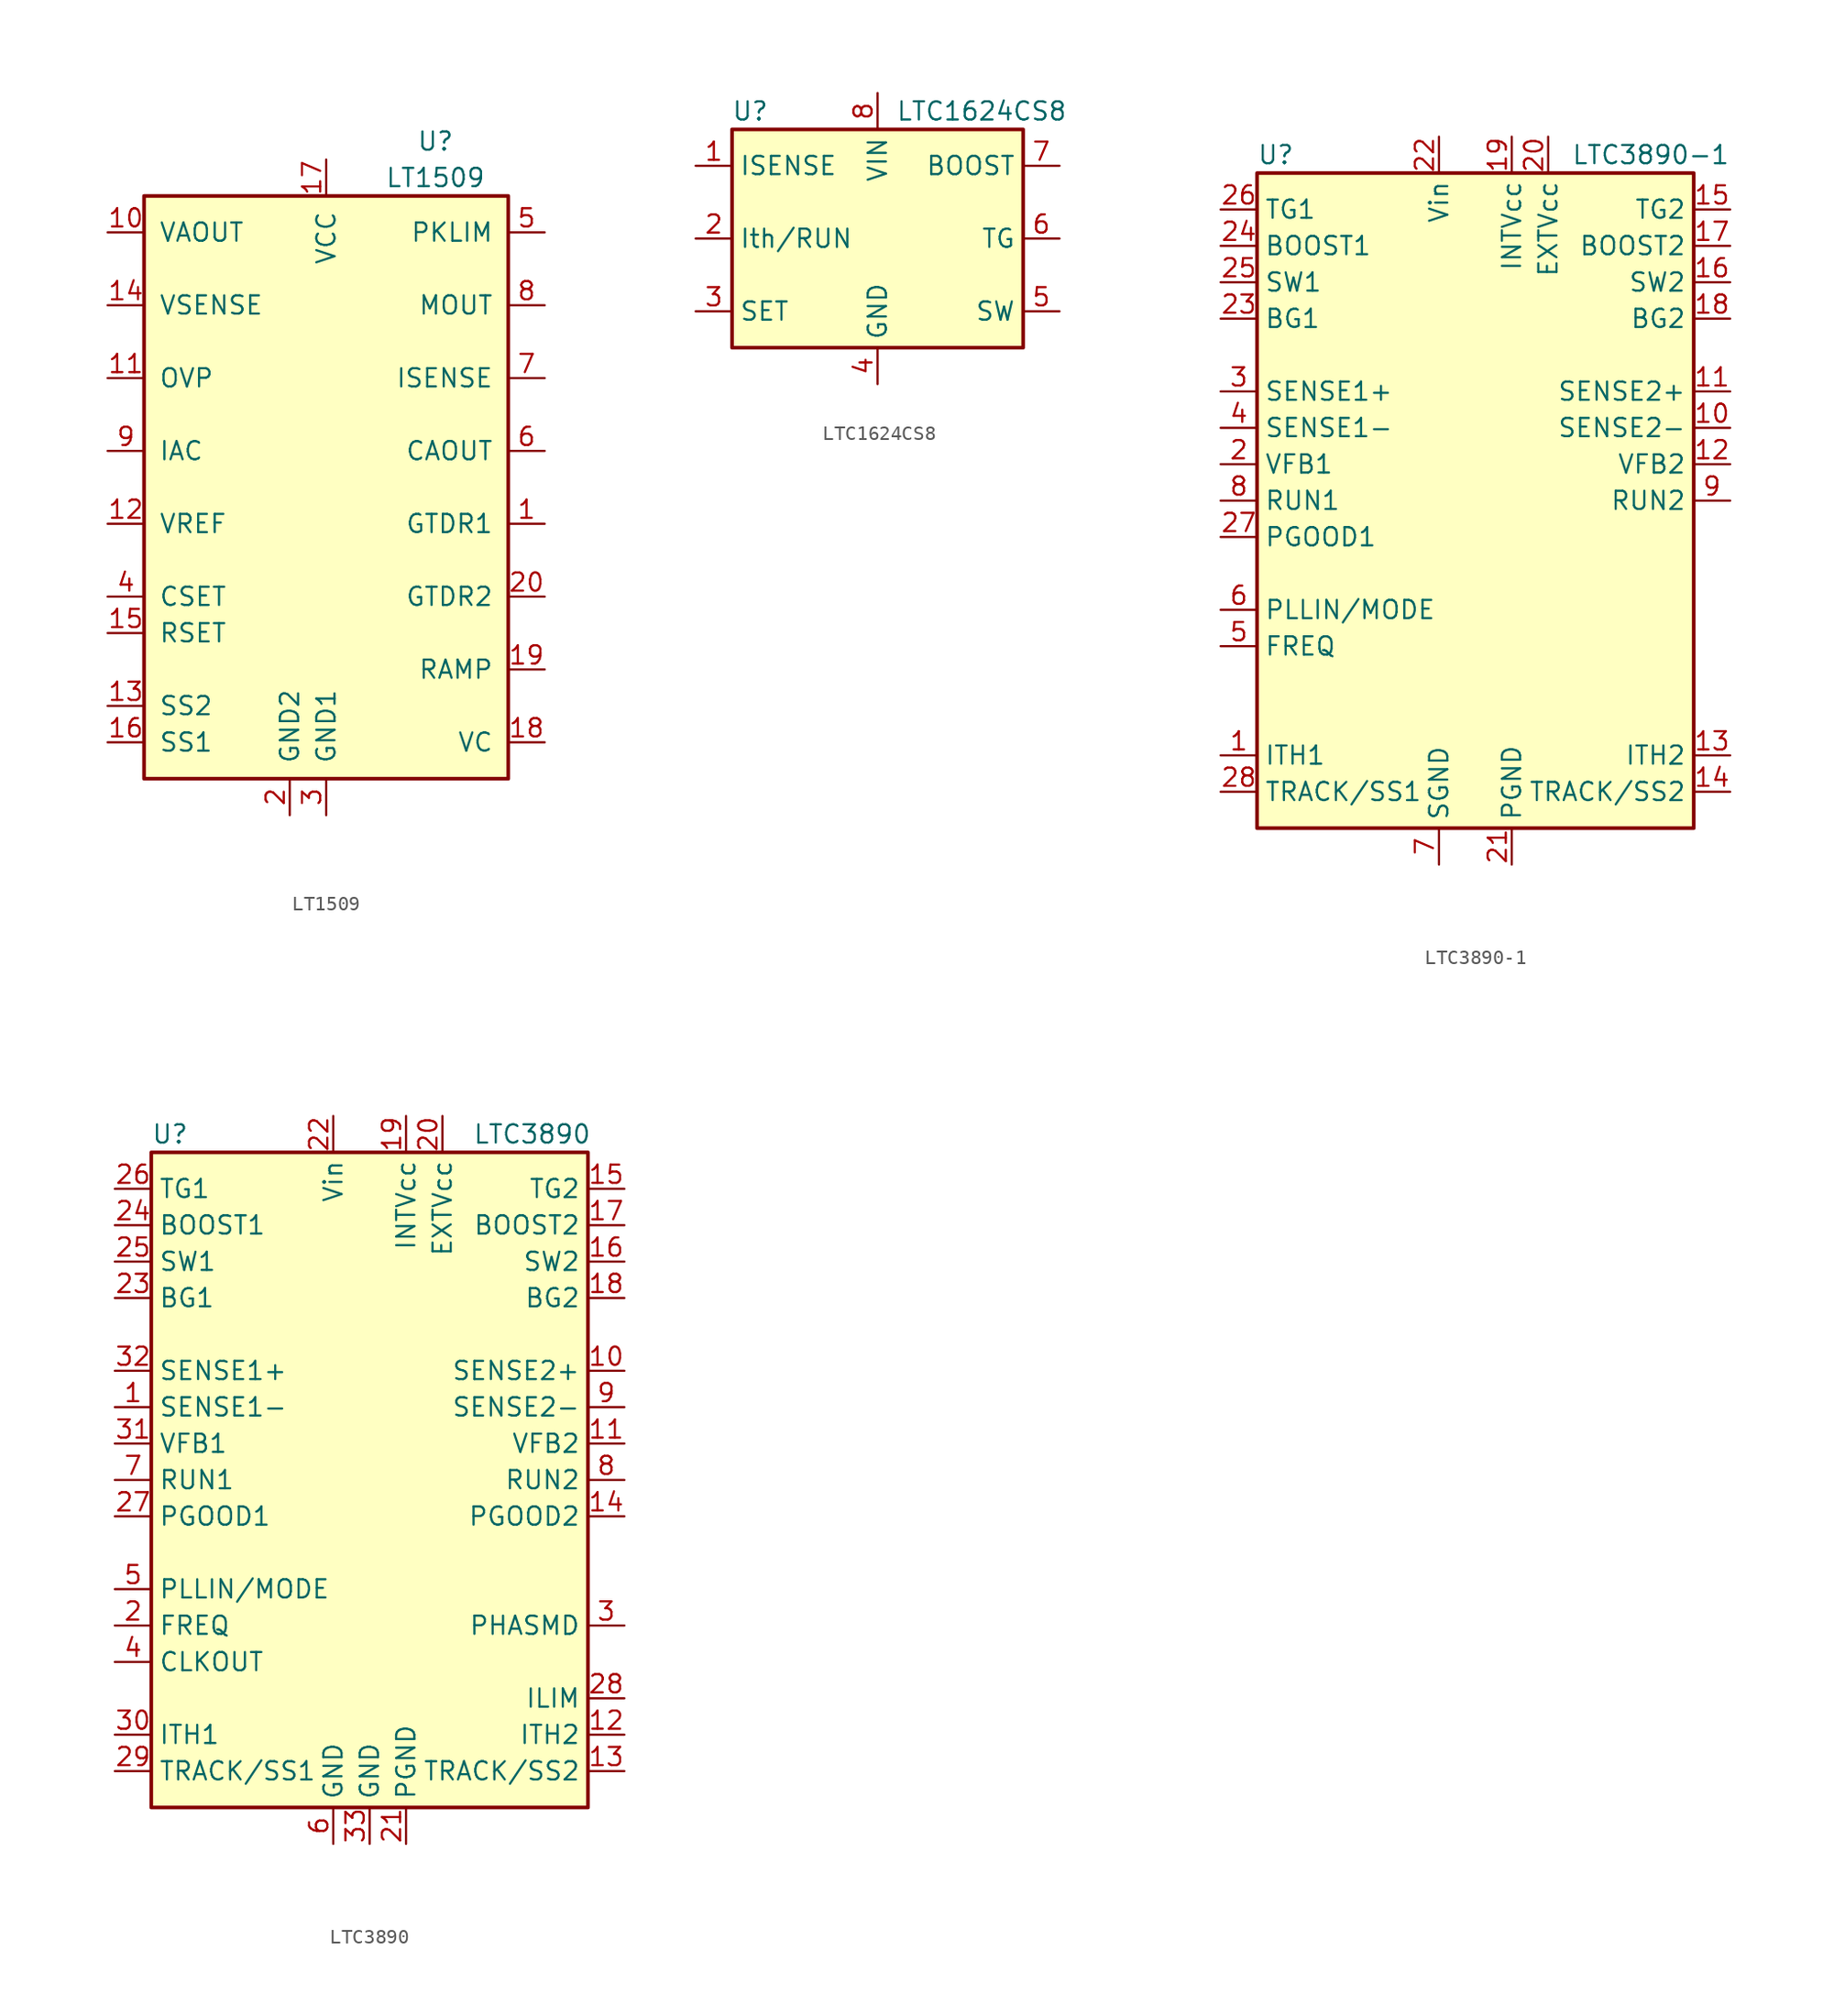
<source format=kicad_sym>
(kicad_symbol_lib
  (version 20220914)
  (generator kicad_symbol_editor)
  (symbol "LT1509"
    (pin_names
      (offset 1.016))
    (property "Reference" "U"
      (at 7.62 24.13 0)
      (effects (font (size 1.27 1.27))))
    (property "Value" "LT1509"
      (at 7.62 21.59 0)
      (effects (font (size 1.27 1.27))))
    (symbol "LT1509_0_1"
      (rectangle (start -12.7 20.32) (end 12.7 -20.32) (stroke (width 0.254) (type default)) (fill (type background))))
    (symbol "LT1509_1_1"
      (pin output line (at 15.24 -2.54 180) (length 2.54) (name "GTDR1" (effects (font (size 1.27 1.27)))) (number "1" (effects (font (size 1.27 1.27)))))
      (pin output line (at -15.24 17.78 0) (length 2.54) (name "VAOUT" (effects (font (size 1.27 1.27)))) (number "10" (effects (font (size 1.27 1.27)))))
      (pin input line (at -15.24 7.62 0) (length 2.54) (name "OVP" (effects (font (size 1.27 1.27)))) (number "11" (effects (font (size 1.27 1.27)))))
      (pin power_out line (at -15.24 -2.54 0) (length 2.54) (name "VREF" (effects (font (size 1.27 1.27)))) (number "12" (effects (font (size 1.27 1.27)))))
      (pin passive line (at -15.24 -15.24 0) (length 2.54) (name "SS2" (effects (font (size 1.27 1.27)))) (number "13" (effects (font (size 1.27 1.27)))))
      (pin input line (at -15.24 12.7 0) (length 2.54) (name "VSENSE" (effects (font (size 1.27 1.27)))) (number "14" (effects (font (size 1.27 1.27)))))
      (pin passive line (at -15.24 -10.16 0) (length 2.54) (name "RSET" (effects (font (size 1.27 1.27)))) (number "15" (effects (font (size 1.27 1.27)))))
      (pin passive line (at -15.24 -17.78 0) (length 2.54) (name "SS1" (effects (font (size 1.27 1.27)))) (number "16" (effects (font (size 1.27 1.27)))))
      (pin power_in line (at 0 22.86 270) (length 2.54) (name "VCC" (effects (font (size 1.27 1.27)))) (number "17" (effects (font (size 1.27 1.27)))))
      (pin input line (at 15.24 -17.78 180) (length 2.54) (name "VC" (effects (font (size 1.27 1.27)))) (number "18" (effects (font (size 1.27 1.27)))))
      (pin input line (at 15.24 -12.7 180) (length 2.54) (name "RAMP" (effects (font (size 1.27 1.27)))) (number "19" (effects (font (size 1.27 1.27)))))
      (pin power_in line (at -2.54 -22.86 90) (length 2.54) (name "GND2" (effects (font (size 1.27 1.27)))) (number "2" (effects (font (size 1.27 1.27)))))
      (pin output line (at 15.24 -7.62 180) (length 2.54) (name "GTDR2" (effects (font (size 1.27 1.27)))) (number "20" (effects (font (size 1.27 1.27)))))
      (pin power_in line (at 0 -22.86 90) (length 2.54) (name "GND1" (effects (font (size 1.27 1.27)))) (number "3" (effects (font (size 1.27 1.27)))))
      (pin passive line (at -15.24 -7.62 0) (length 2.54) (name "CSET" (effects (font (size 1.27 1.27)))) (number "4" (effects (font (size 1.27 1.27)))))
      (pin input line (at 15.24 17.78 180) (length 2.54) (name "PKLIM" (effects (font (size 1.27 1.27)))) (number "5" (effects (font (size 1.27 1.27)))))
      (pin output line (at 15.24 2.54 180) (length 2.54) (name "CAOUT" (effects (font (size 1.27 1.27)))) (number "6" (effects (font (size 1.27 1.27)))))
      (pin input line (at 15.24 7.62 180) (length 2.54) (name "ISENSE" (effects (font (size 1.27 1.27)))) (number "7" (effects (font (size 1.27 1.27)))))
      (pin input line (at 15.24 12.7 180) (length 2.54) (name "MOUT" (effects (font (size 1.27 1.27)))) (number "8" (effects (font (size 1.27 1.27)))))
      (pin input line (at -15.24 2.54 0) (length 2.54) (name "IAC" (effects (font (size 1.27 1.27)))) (number "9" (effects (font (size 1.27 1.27)))))))
  (symbol "LTC1624CS8"
    (property "Reference" "U"
      (at -8.89 8.89 0)
      (effects (font (size 1.27 1.27))))
    (property "Value" "LTC1624CS8"
      (at 1.27 8.89 0)
      (effects (font (size 1.27 1.27)) (justify left)))
    (symbol "LTC1624CS8_0_1"
      (rectangle (start -10.16 -7.62) (end 10.16 7.62) (stroke (width 0.254) (type default)) (fill (type background))))
    (symbol "LTC1624CS8_1_1"
      (pin input line (at -12.7 5.08 0) (length 2.54) (name "ISENSE" (effects (font (size 1.27 1.27)))) (number "1" (effects (font (size 1.27 1.27)))))
      (pin input line (at -12.7 0 0) (length 2.54) (name "Ith/RUN" (effects (font (size 1.27 1.27)))) (number "2" (effects (font (size 1.27 1.27)))))
      (pin input line (at -12.7 -5.08 0) (length 2.54) (name "SET" (effects (font (size 1.27 1.27)))) (number "3" (effects (font (size 1.27 1.27)))))
      (pin power_in line (at 0 -10.16 90) (length 2.54) (name "GND" (effects (font (size 1.27 1.27)))) (number "4" (effects (font (size 1.27 1.27)))))
      (pin input line (at 12.7 -5.08 180) (length 2.54) (name "SW" (effects (font (size 1.27 1.27)))) (number "5" (effects (font (size 1.27 1.27)))))
      (pin open_collector line (at 12.7 0 180) (length 2.54) (name "TG" (effects (font (size 1.27 1.27)))) (number "6" (effects (font (size 1.27 1.27)))))
      (pin output line (at 12.7 5.08 180) (length 2.54) (name "BOOST" (effects (font (size 1.27 1.27)))) (number "7" (effects (font (size 1.27 1.27)))))
      (pin power_in line (at 0 10.16 270) (length 2.54) (name "VIN" (effects (font (size 1.27 1.27)))) (number "8" (effects (font (size 1.27 1.27)))))))
  (symbol "LTC3890-1"
    (property "Reference" "U"
      (at -15.24 24.13 0)
      (effects (font (size 1.27 1.27)) (justify left)))
    (property "Value" "LTC3890-1"
      (at 17.78 24.13 0)
      (effects (font (size 1.27 1.27)) (justify right)))
    (symbol "LTC3890-1_0_1"
      (rectangle (start -15.24 22.86) (end 15.24 -22.86) (stroke (width 0.254) (type default)) (fill (type background))))
    (symbol "LTC3890-1_1_1"
      (pin passive line (at -17.78 -17.78 0) (length 2.54) (name "ITH1" (effects (font (size 1.27 1.27)))) (number "1" (effects (font (size 1.27 1.27)))))
      (pin input line (at 17.78 5.08 180) (length 2.54) (name "SENSE2-" (effects (font (size 1.27 1.27)))) (number "10" (effects (font (size 1.27 1.27)))))
      (pin input line (at 17.78 7.62 180) (length 2.54) (name "SENSE2+" (effects (font (size 1.27 1.27)))) (number "11" (effects (font (size 1.27 1.27)))))
      (pin input line (at 17.78 2.54 180) (length 2.54) (name "VFB2" (effects (font (size 1.27 1.27)))) (number "12" (effects (font (size 1.27 1.27)))))
      (pin passive line (at 17.78 -17.78 180) (length 2.54) (name "ITH2" (effects (font (size 1.27 1.27)))) (number "13" (effects (font (size 1.27 1.27)))))
      (pin input line (at 17.78 -20.32 180) (length 2.54) (name "TRACK/SS2" (effects (font (size 1.27 1.27)))) (number "14" (effects (font (size 1.27 1.27)))))
      (pin output line (at 17.78 20.32 180) (length 2.54) (name "TG2" (effects (font (size 1.27 1.27)))) (number "15" (effects (font (size 1.27 1.27)))))
      (pin output line (at 17.78 15.24 180) (length 2.54) (name "SW2" (effects (font (size 1.27 1.27)))) (number "16" (effects (font (size 1.27 1.27)))))
      (pin output line (at 17.78 17.78 180) (length 2.54) (name "BOOST2" (effects (font (size 1.27 1.27)))) (number "17" (effects (font (size 1.27 1.27)))))
      (pin output line (at 17.78 12.7 180) (length 2.54) (name "BG2" (effects (font (size 1.27 1.27)))) (number "18" (effects (font (size 1.27 1.27)))))
      (pin power_out line (at 2.54 25.4 270) (length 2.54) (name "INTVcc" (effects (font (size 1.27 1.27)))) (number "19" (effects (font (size 1.27 1.27)))))
      (pin input line (at -17.78 2.54 0) (length 2.54) (name "VFB1" (effects (font (size 1.27 1.27)))) (number "2" (effects (font (size 1.27 1.27)))))
      (pin power_in line (at 5.08 25.4 270) (length 2.54) (name "EXTVcc" (effects (font (size 1.27 1.27)))) (number "20" (effects (font (size 1.27 1.27)))))
      (pin power_in line (at 2.54 -25.4 90) (length 2.54) (name "PGND" (effects (font (size 1.27 1.27)))) (number "21" (effects (font (size 1.27 1.27)))))
      (pin power_in line (at -2.54 25.4 270) (length 2.54) (name "Vin" (effects (font (size 1.27 1.27)))) (number "22" (effects (font (size 1.27 1.27)))))
      (pin output line (at -17.78 12.7 0) (length 2.54) (name "BG1" (effects (font (size 1.27 1.27)))) (number "23" (effects (font (size 1.27 1.27)))))
      (pin output line (at -17.78 17.78 0) (length 2.54) (name "BOOST1" (effects (font (size 1.27 1.27)))) (number "24" (effects (font (size 1.27 1.27)))))
      (pin output line (at -17.78 15.24 0) (length 2.54) (name "SW1" (effects (font (size 1.27 1.27)))) (number "25" (effects (font (size 1.27 1.27)))))
      (pin output line (at -17.78 20.32 0) (length 2.54) (name "TG1" (effects (font (size 1.27 1.27)))) (number "26" (effects (font (size 1.27 1.27)))))
      (pin output line (at -17.78 -2.54 0) (length 2.54) (name "PGOOD1" (effects (font (size 1.27 1.27)))) (number "27" (effects (font (size 1.27 1.27)))))
      (pin input line (at -17.78 -20.32 0) (length 2.54) (name "TRACK/SS1" (effects (font (size 1.27 1.27)))) (number "28" (effects (font (size 1.27 1.27)))))
      (pin input line (at -17.78 7.62 0) (length 2.54) (name "SENSE1+" (effects (font (size 1.27 1.27)))) (number "3" (effects (font (size 1.27 1.27)))))
      (pin input line (at -17.78 5.08 0) (length 2.54) (name "SENSE1-" (effects (font (size 1.27 1.27)))) (number "4" (effects (font (size 1.27 1.27)))))
      (pin input line (at -17.78 -10.16 0) (length 2.54) (name "FREQ" (effects (font (size 1.27 1.27)))) (number "5" (effects (font (size 1.27 1.27)))))
      (pin input line (at -17.78 -7.62 0) (length 2.54) (name "PLLIN/MODE" (effects (font (size 1.27 1.27)))) (number "6" (effects (font (size 1.27 1.27)))))
      (pin power_in line (at -2.54 -25.4 90) (length 2.54) (name "SGND" (effects (font (size 1.27 1.27)))) (number "7" (effects (font (size 1.27 1.27)))))
      (pin input line (at -17.78 0 0) (length 2.54) (name "RUN1" (effects (font (size 1.27 1.27)))) (number "8" (effects (font (size 1.27 1.27)))))
      (pin input line (at 17.78 0 180) (length 2.54) (name "RUN2" (effects (font (size 1.27 1.27)))) (number "9" (effects (font (size 1.27 1.27)))))))
  (symbol "LTC3890"
    (property "Reference" "U"
      (at -15.24 24.13 0)
      (effects (font (size 1.27 1.27)) (justify left)))
    (property "Value" "LTC3890"
      (at 15.494 24.13 0)
      (effects (font (size 1.27 1.27)) (justify right)))
    (symbol "LTC3890_0_1"
      (rectangle (start -15.24 22.86) (end 15.24 -22.86) (stroke (width 0.254) (type default)) (fill (type background))))
    (symbol "LTC3890_1_1"
      (pin input line (at -17.78 5.08 0) (length 2.54) (name "SENSE1-" (effects (font (size 1.27 1.27)))) (number "1" (effects (font (size 1.27 1.27)))))
      (pin input line (at 17.78 7.62 180) (length 2.54) (name "SENSE2+" (effects (font (size 1.27 1.27)))) (number "10" (effects (font (size 1.27 1.27)))))
      (pin input line (at 17.78 2.54 180) (length 2.54) (name "VFB2" (effects (font (size 1.27 1.27)))) (number "11" (effects (font (size 1.27 1.27)))))
      (pin passive line (at 17.78 -17.78 180) (length 2.54) (name "ITH2" (effects (font (size 1.27 1.27)))) (number "12" (effects (font (size 1.27 1.27)))))
      (pin input line (at 17.78 -20.32 180) (length 2.54) (name "TRACK/SS2" (effects (font (size 1.27 1.27)))) (number "13" (effects (font (size 1.27 1.27)))))
      (pin output line (at 17.78 -2.54 180) (length 2.54) (name "PGOOD2" (effects (font (size 1.27 1.27)))) (number "14" (effects (font (size 1.27 1.27)))))
      (pin output line (at 17.78 20.32 180) (length 2.54) (name "TG2" (effects (font (size 1.27 1.27)))) (number "15" (effects (font (size 1.27 1.27)))))
      (pin output line (at 17.78 15.24 180) (length 2.54) (name "SW2" (effects (font (size 1.27 1.27)))) (number "16" (effects (font (size 1.27 1.27)))))
      (pin output line (at 17.78 17.78 180) (length 2.54) (name "BOOST2" (effects (font (size 1.27 1.27)))) (number "17" (effects (font (size 1.27 1.27)))))
      (pin output line (at 17.78 12.7 180) (length 2.54) (name "BG2" (effects (font (size 1.27 1.27)))) (number "18" (effects (font (size 1.27 1.27)))))
      (pin power_out line (at 2.54 25.4 270) (length 2.54) (name "INTVcc" (effects (font (size 1.27 1.27)))) (number "19" (effects (font (size 1.27 1.27)))))
      (pin input line (at -17.78 -10.16 0) (length 2.54) (name "FREQ" (effects (font (size 1.27 1.27)))) (number "2" (effects (font (size 1.27 1.27)))))
      (pin power_in line (at 5.08 25.4 270) (length 2.54) (name "EXTVcc" (effects (font (size 1.27 1.27)))) (number "20" (effects (font (size 1.27 1.27)))))
      (pin power_in line (at 2.54 -25.4 90) (length 2.54) (name "PGND" (effects (font (size 1.27 1.27)))) (number "21" (effects (font (size 1.27 1.27)))))
      (pin power_in line (at -2.54 25.4 270) (length 2.54) (name "Vin" (effects (font (size 1.27 1.27)))) (number "22" (effects (font (size 1.27 1.27)))))
      (pin output line (at -17.78 12.7 0) (length 2.54) (name "BG1" (effects (font (size 1.27 1.27)))) (number "23" (effects (font (size 1.27 1.27)))))
      (pin output line (at -17.78 17.78 0) (length 2.54) (name "BOOST1" (effects (font (size 1.27 1.27)))) (number "24" (effects (font (size 1.27 1.27)))))
      (pin output line (at -17.78 15.24 0) (length 2.54) (name "SW1" (effects (font (size 1.27 1.27)))) (number "25" (effects (font (size 1.27 1.27)))))
      (pin output line (at -17.78 20.32 0) (length 2.54) (name "TG1" (effects (font (size 1.27 1.27)))) (number "26" (effects (font (size 1.27 1.27)))))
      (pin output line (at -17.78 -2.54 0) (length 2.54) (name "PGOOD1" (effects (font (size 1.27 1.27)))) (number "27" (effects (font (size 1.27 1.27)))))
      (pin input line (at 17.78 -15.24 180) (length 2.54) (name "ILIM" (effects (font (size 1.27 1.27)))) (number "28" (effects (font (size 1.27 1.27)))))
      (pin input line (at -17.78 -20.32 0) (length 2.54) (name "TRACK/SS1" (effects (font (size 1.27 1.27)))) (number "29" (effects (font (size 1.27 1.27)))))
      (pin input line (at 17.78 -10.16 180) (length 2.54) (name "PHASMD" (effects (font (size 1.27 1.27)))) (number "3" (effects (font (size 1.27 1.27)))))
      (pin passive line (at -17.78 -17.78 0) (length 2.54) (name "ITH1" (effects (font (size 1.27 1.27)))) (number "30" (effects (font (size 1.27 1.27)))))
      (pin input line (at -17.78 2.54 0) (length 2.54) (name "VFB1" (effects (font (size 1.27 1.27)))) (number "31" (effects (font (size 1.27 1.27)))))
      (pin input line (at -17.78 7.62 0) (length 2.54) (name "SENSE1+" (effects (font (size 1.27 1.27)))) (number "32" (effects (font (size 1.27 1.27)))))
      (pin power_in line (at 0 -25.4 90) (length 2.54) (name "GND" (effects (font (size 1.27 1.27)))) (number "33" (effects (font (size 1.27 1.27)))))
      (pin output line (at -17.78 -12.7 0) (length 2.54) (name "CLKOUT" (effects (font (size 1.27 1.27)))) (number "4" (effects (font (size 1.27 1.27)))))
      (pin input line (at -17.78 -7.62 0) (length 2.54) (name "PLLIN/MODE" (effects (font (size 1.27 1.27)))) (number "5" (effects (font (size 1.27 1.27)))))
      (pin power_in line (at -2.54 -25.4 90) (length 2.54) (name "GND" (effects (font (size 1.27 1.27)))) (number "6" (effects (font (size 1.27 1.27)))))
      (pin input line (at -17.78 0 0) (length 2.54) (name "RUN1" (effects (font (size 1.27 1.27)))) (number "7" (effects (font (size 1.27 1.27)))))
      (pin input line (at 17.78 0 180) (length 2.54) (name "RUN2" (effects (font (size 1.27 1.27)))) (number "8" (effects (font (size 1.27 1.27)))))
      (pin input line (at 17.78 5.08 180) (length 2.54) (name "SENSE2-" (effects (font (size 1.27 1.27)))) (number "9" (effects (font (size 1.27 1.27))))))))
</source>
